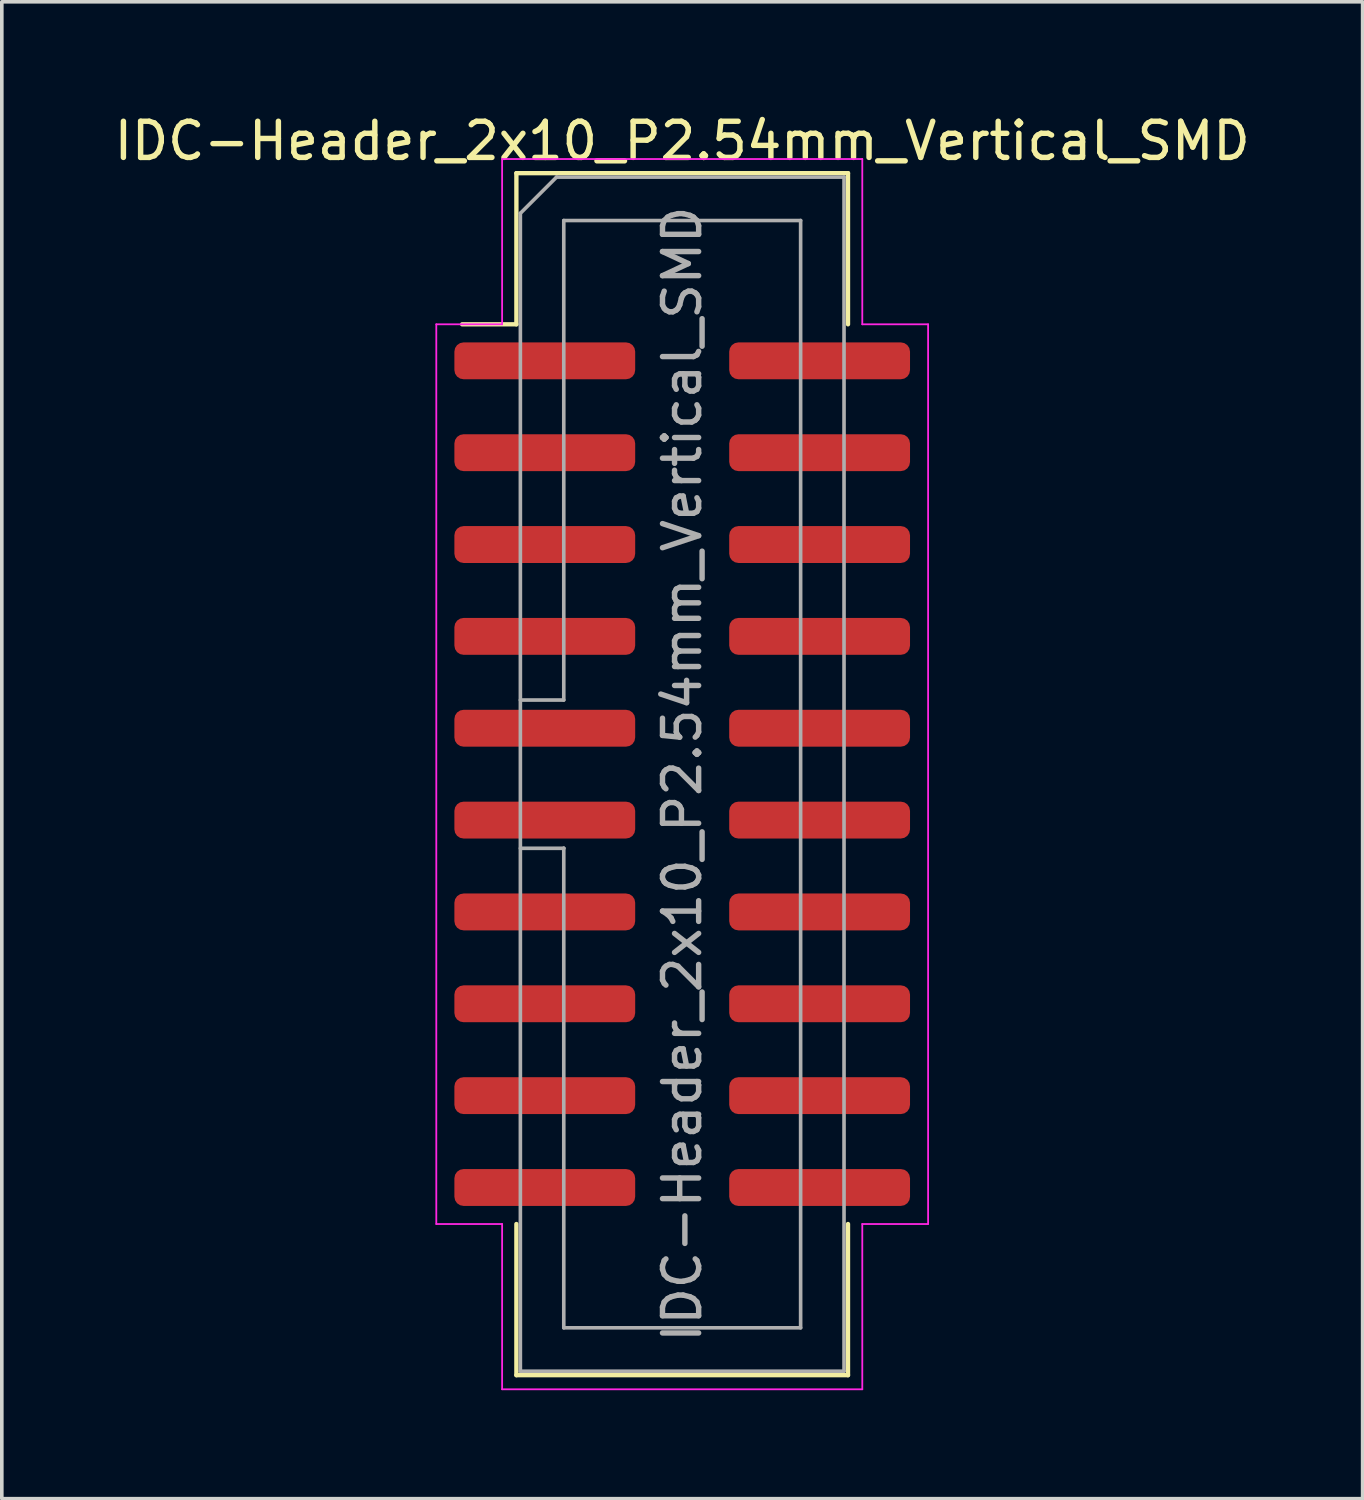
<source format=kicad_pcb>
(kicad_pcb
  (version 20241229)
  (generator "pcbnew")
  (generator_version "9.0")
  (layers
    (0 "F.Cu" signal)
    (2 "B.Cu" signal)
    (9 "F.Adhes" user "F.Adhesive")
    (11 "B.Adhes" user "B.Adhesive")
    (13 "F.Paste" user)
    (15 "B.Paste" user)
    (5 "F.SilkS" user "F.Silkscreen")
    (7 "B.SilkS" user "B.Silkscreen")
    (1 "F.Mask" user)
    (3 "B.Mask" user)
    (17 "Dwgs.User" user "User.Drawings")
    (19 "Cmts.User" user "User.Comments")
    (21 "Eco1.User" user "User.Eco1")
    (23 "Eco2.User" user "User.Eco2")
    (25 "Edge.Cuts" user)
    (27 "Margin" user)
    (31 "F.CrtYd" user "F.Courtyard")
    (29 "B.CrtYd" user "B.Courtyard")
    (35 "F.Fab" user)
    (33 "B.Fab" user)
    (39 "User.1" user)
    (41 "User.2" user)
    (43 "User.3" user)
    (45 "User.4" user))
  (footprint "IDC-Header_2x10_P2.54mm_Vertical_SMD"
    (layer "F.Cu")
    (at 15.815 18.358)
    (property "Reference" "IDC-Header_2x10_P2.54mm_Vertical_SMD" (at 0 -17.51 0) (layer "F.SilkS") (effects (font (size 1 1) (thickness 0.15))))
    (attr smd)
    (fp_line (start -4.585 -16.62) (end 4.585 -16.62) (stroke (width 0.12) (type solid)) (layer "F.SilkS"))
    (fp_line (start -4.585 -12.44) (end -6.085 -12.44) (stroke (width 0.12) (type solid)) (layer "F.SilkS"))
    (fp_line (start -4.585 -12.44) (end -4.585 -16.62) (stroke (width 0.12) (type solid)) (layer "F.SilkS"))
    (fp_line (start -4.585 12.44) (end -4.585 16.62) (stroke (width 0.12) (type solid)) (layer "F.SilkS"))
    (fp_line (start -4.585 16.62) (end 4.585 16.62) (stroke (width 0.12) (type solid)) (layer "F.SilkS"))
    (fp_line (start 4.585 -16.62) (end 4.585 -12.44) (stroke (width 0.12) (type solid)) (layer "F.SilkS"))
    (fp_line (start 4.585 16.62) (end 4.585 12.44) (stroke (width 0.12) (type solid)) (layer "F.SilkS"))
    (fp_line (start -6.8 -12.44) (end -6.8 12.44) (stroke (width 0.05) (type solid)) (layer "F.CrtYd"))
    (fp_line (start -6.8 12.44) (end -4.98 12.44) (stroke (width 0.05) (type solid)) (layer "F.CrtYd"))
    (fp_line (start -4.98 -17.01) (end -4.98 -12.44) (stroke (width 0.05) (type solid)) (layer "F.CrtYd"))
    (fp_line (start -4.98 -12.44) (end -6.8 -12.44) (stroke (width 0.05) (type solid)) (layer "F.CrtYd"))
    (fp_line (start -4.98 12.44) (end -4.98 17.01) (stroke (width 0.05) (type solid)) (layer "F.CrtYd"))
    (fp_line (start -4.98 17.01) (end 4.98 17.01) (stroke (width 0.05) (type solid)) (layer "F.CrtYd"))
    (fp_line (start 4.98 -17.01) (end -4.98 -17.01) (stroke (width 0.05) (type solid)) (layer "F.CrtYd"))
    (fp_line (start 4.98 -12.44) (end 4.98 -17.01) (stroke (width 0.05) (type solid)) (layer "F.CrtYd"))
    (fp_line (start 4.98 12.44) (end 6.8 12.44) (stroke (width 0.05) (type solid)) (layer "F.CrtYd"))
    (fp_line (start 4.98 17.01) (end 4.98 12.44) (stroke (width 0.05) (type solid)) (layer "F.CrtYd"))
    (fp_line (start 6.8 -12.44) (end 4.98 -12.44) (stroke (width 0.05) (type solid)) (layer "F.CrtYd"))
    (fp_line (start 6.8 12.44) (end 6.8 -12.44) (stroke (width 0.05) (type solid)) (layer "F.CrtYd"))
    (fp_line (start -4.475 -15.51) (end -3.475 -16.51) (stroke (width 0.1) (type solid)) (layer "F.Fab"))
    (fp_line (start -4.475 -2.05) (end -3.275 -2.05) (stroke (width 0.1) (type solid)) (layer "F.Fab"))
    (fp_line (start -4.475 16.51) (end -4.475 -15.51) (stroke (width 0.1) (type solid)) (layer "F.Fab"))
    (fp_line (start -3.475 -16.51) (end 4.475 -16.51) (stroke (width 0.1) (type solid)) (layer "F.Fab"))
    (fp_line (start -3.275 -15.31) (end 3.275 -15.31) (stroke (width 0.1) (type solid)) (layer "F.Fab"))
    (fp_line (start -3.275 -2.05) (end -3.275 -15.31) (stroke (width 0.1) (type solid)) (layer "F.Fab"))
    (fp_line (start -3.275 2.05) (end -4.475 2.05) (stroke (width 0.1) (type solid)) (layer "F.Fab"))
    (fp_line (start -3.275 2.05) (end -3.275 2.05) (stroke (width 0.1) (type solid)) (layer "F.Fab"))
    (fp_line (start -3.275 15.31) (end -3.275 2.05) (stroke (width 0.1) (type solid)) (layer "F.Fab"))
    (fp_line (start 3.275 -15.31) (end 3.275 15.31) (stroke (width 0.1) (type solid)) (layer "F.Fab"))
    (fp_line (start 3.275 15.31) (end -3.275 15.31) (stroke (width 0.1) (type solid)) (layer "F.Fab"))
    (fp_line (start 4.475 -16.51) (end 4.475 16.51) (stroke (width 0.1) (type solid)) (layer "F.Fab"))
    (fp_line (start 4.475 16.51) (end -4.475 16.51) (stroke (width 0.1) (type solid)) (layer "F.Fab"))
    (fp_text user "${REFERENCE}" (at 0 0 90) (layer "F.Fab") (effects (font (size 1 1) (thickness 0.15))))
    (pad "1" smd roundrect (at -3.8 -11.43) (size 5 1.02) (layers "F.Cu" "F.Mask" "F.Paste") (roundrect_rratio 0.25))
    (pad "2" smd roundrect (at 3.8 -11.43) (size 5 1.02) (layers "F.Cu" "F.Mask" "F.Paste") (roundrect_rratio 0.25))
    (pad "3" smd roundrect (at -3.8 -8.89) (size 5 1.02) (layers "F.Cu" "F.Mask" "F.Paste") (roundrect_rratio 0.25))
    (pad "4" smd roundrect (at 3.8 -8.89) (size 5 1.02) (layers "F.Cu" "F.Mask" "F.Paste") (roundrect_rratio 0.25))
    (pad "5" smd roundrect (at -3.8 -6.35) (size 5 1.02) (layers "F.Cu" "F.Mask" "F.Paste") (roundrect_rratio 0.25))
    (pad "6" smd roundrect (at 3.8 -6.35) (size 5 1.02) (layers "F.Cu" "F.Mask" "F.Paste") (roundrect_rratio 0.25))
    (pad "7" smd roundrect (at -3.8 -3.81) (size 5 1.02) (layers "F.Cu" "F.Mask" "F.Paste") (roundrect_rratio 0.25))
    (pad "8" smd roundrect (at 3.8 -3.81) (size 5 1.02) (layers "F.Cu" "F.Mask" "F.Paste") (roundrect_rratio 0.25))
    (pad "9" smd roundrect (at -3.8 -1.27) (size 5 1.02) (layers "F.Cu" "F.Mask" "F.Paste") (roundrect_rratio 0.25))
    (pad "10" smd roundrect (at 3.8 -1.27) (size 5 1.02) (layers "F.Cu" "F.Mask" "F.Paste") (roundrect_rratio 0.25))
    (pad "11" smd roundrect (at -3.8 1.27) (size 5 1.02) (layers "F.Cu" "F.Mask" "F.Paste") (roundrect_rratio 0.25))
    (pad "12" smd roundrect (at 3.8 1.27) (size 5 1.02) (layers "F.Cu" "F.Mask" "F.Paste") (roundrect_rratio 0.25))
    (pad "13" smd roundrect (at -3.8 3.81) (size 5 1.02) (layers "F.Cu" "F.Mask" "F.Paste") (roundrect_rratio 0.25))
    (pad "14" smd roundrect (at 3.8 3.81) (size 5 1.02) (layers "F.Cu" "F.Mask" "F.Paste") (roundrect_rratio 0.25))
    (pad "15" smd roundrect (at -3.8 6.35) (size 5 1.02) (layers "F.Cu" "F.Mask" "F.Paste") (roundrect_rratio 0.25))
    (pad "16" smd roundrect (at 3.8 6.35) (size 5 1.02) (layers "F.Cu" "F.Mask" "F.Paste") (roundrect_rratio 0.25))
    (pad "17" smd roundrect (at -3.8 8.89) (size 5 1.02) (layers "F.Cu" "F.Mask" "F.Paste") (roundrect_rratio 0.25))
    (pad "18" smd roundrect (at 3.8 8.89) (size 5 1.02) (layers "F.Cu" "F.Mask" "F.Paste") (roundrect_rratio 0.25))
    (pad "19" smd roundrect (at -3.8 11.43) (size 5 1.02) (layers "F.Cu" "F.Mask" "F.Paste") (roundrect_rratio 0.25))
    (pad "20" smd roundrect (at 3.8 11.43) (size 5 1.02) (layers "F.Cu" "F.Mask" "F.Paste") (roundrect_rratio 0.25)))
  (gr_rect
    (start -3 -3)
    (end 34.631 38.393)
    (stroke (width 0.1) (type default))
    (fill no)
    (layer "Edge.Cuts")))
</source>
